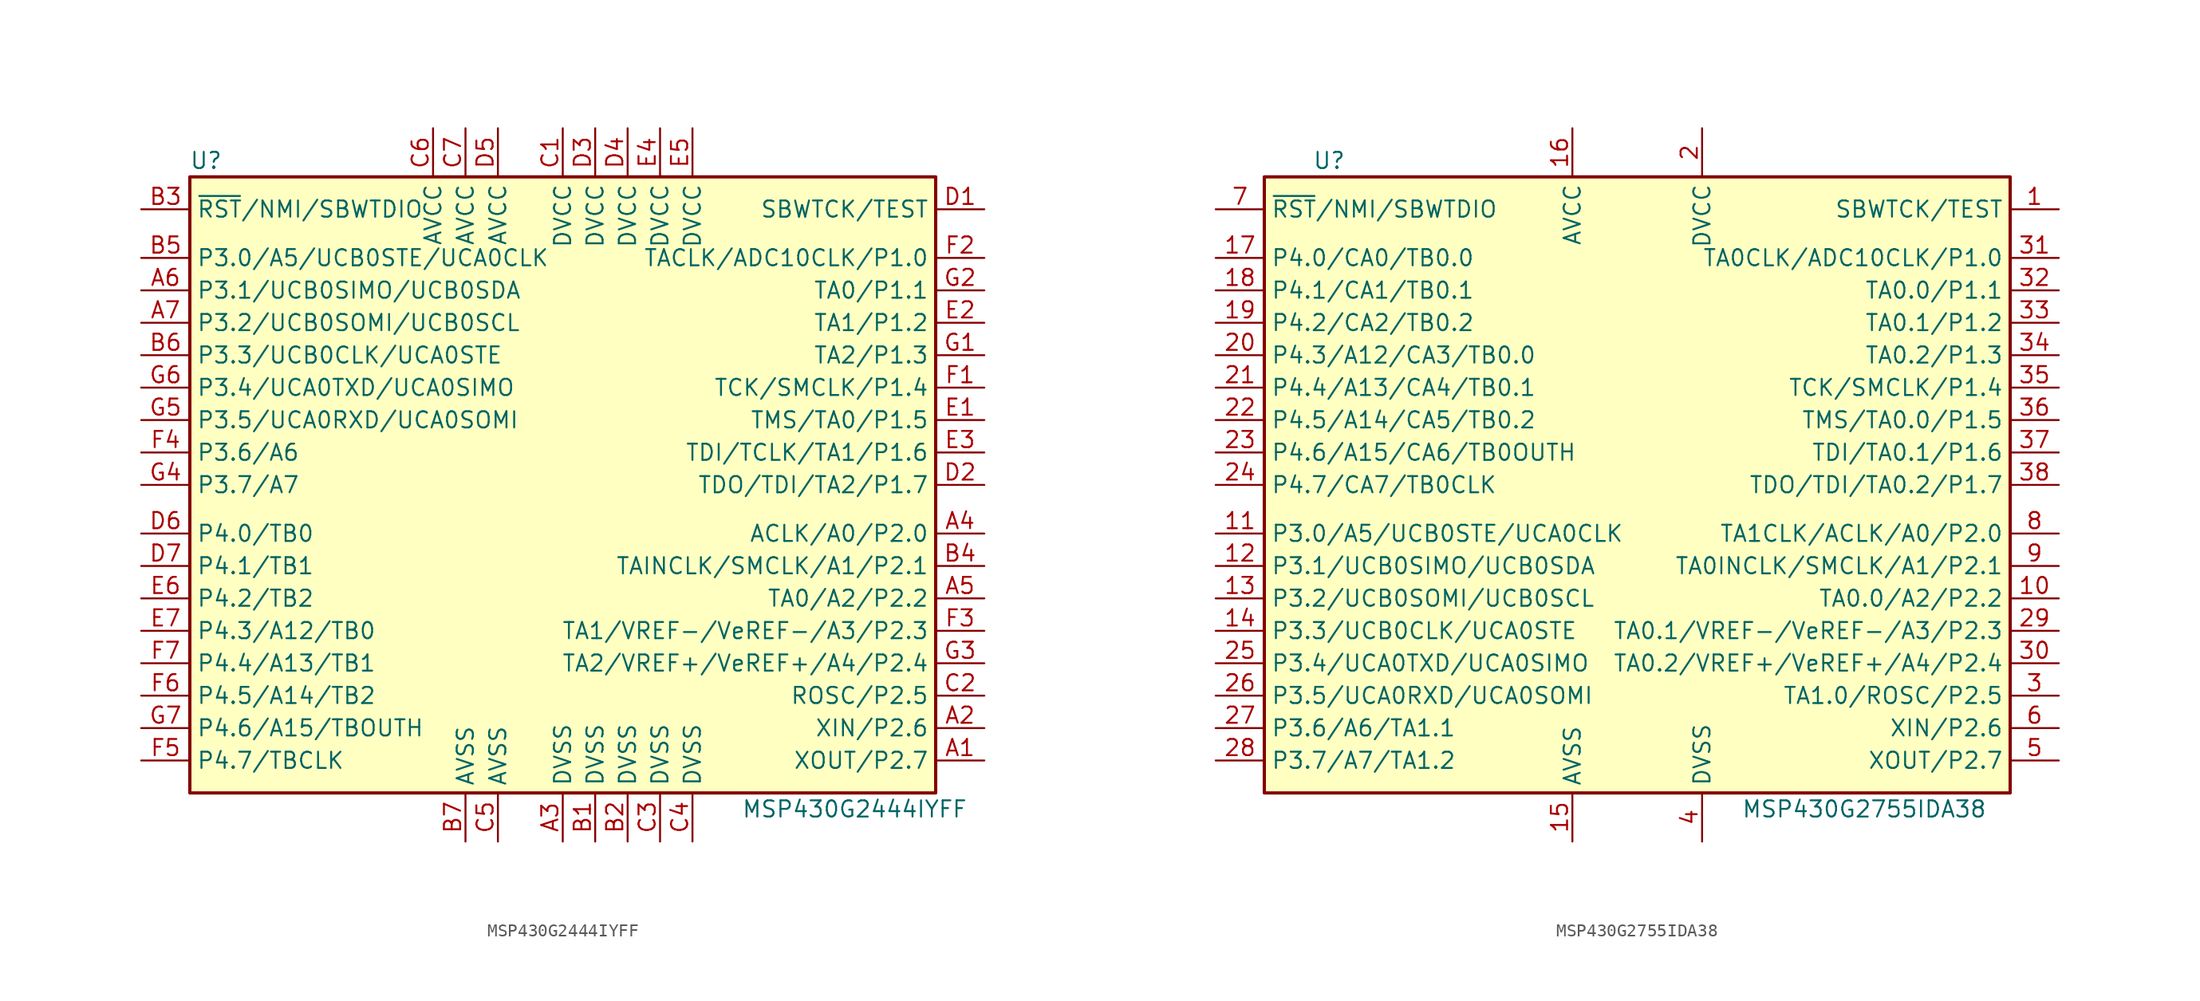
<source format=kicad_sym>
(kicad_symbol_lib
  (version 20231120)
  (generator "kicad_symbol_editor")
  (generator_version "8.0")
  (symbol "MSP430G2444IYFF"
    (property "Reference" "U"
      (at -27.94 25.4 0)
      (effects (font (size 1.27 1.27))))
    (property "Value" "MSP430G2444IYFF"
      (at 22.86 -25.4 0)
      (effects (font (size 1.27 1.27))))
    (symbol "MSP430G2444IYFF_0_1"
      (rectangle (start -29.21 24.13) (end 29.21 -24.13) (stroke (width 0.254) (type default)) (fill (type background))))
    (symbol "MSP430G2444IYFF_1_1"
      (pin bidirectional line (at 33.02 -21.59 180) (length 3.81) (name "XOUT/P2.7" (effects (font (size 1.27 1.27)))) (number "A1" (effects (font (size 1.27 1.27)))))
      (pin bidirectional line (at 33.02 -19.05 180) (length 3.81) (name "XIN/P2.6" (effects (font (size 1.27 1.27)))) (number "A2" (effects (font (size 1.27 1.27)))))
      (pin power_in line (at 0 -27.94 90) (length 3.81) (name "DVSS" (effects (font (size 1.27 1.27)))) (number "A3" (effects (font (size 1.27 1.27)))))
      (pin bidirectional line (at 33.02 -3.81 180) (length 3.81) (name "ACLK/A0/P2.0" (effects (font (size 1.27 1.27)))) (number "A4" (effects (font (size 1.27 1.27)))))
      (pin bidirectional line (at 33.02 -8.89 180) (length 3.81) (name "TA0/A2/P2.2" (effects (font (size 1.27 1.27)))) (number "A5" (effects (font (size 1.27 1.27)))))
      (pin bidirectional line (at -33.02 15.24 0) (length 3.81) (name "P3.1/UCB0SIMO/UCB0SDA" (effects (font (size 1.27 1.27)))) (number "A6" (effects (font (size 1.27 1.27)))))
      (pin bidirectional line (at -33.02 12.7 0) (length 3.81) (name "P3.2/UCB0SOMI/UCB0SCL" (effects (font (size 1.27 1.27)))) (number "A7" (effects (font (size 1.27 1.27)))))
      (pin power_in line (at 2.54 -27.94 90) (length 3.81) (name "DVSS" (effects (font (size 1.27 1.27)))) (number "B1" (effects (font (size 1.27 1.27)))))
      (pin power_in line (at 5.08 -27.94 90) (length 3.81) (name "DVSS" (effects (font (size 1.27 1.27)))) (number "B2" (effects (font (size 1.27 1.27)))))
      (pin input line (at -33.02 21.59 0) (length 3.81) (name "~{RST}/NMI/SBWTDIO" (effects (font (size 1.27 1.27)))) (number "B3" (effects (font (size 1.27 1.27)))))
      (pin bidirectional line (at 33.02 -6.35 180) (length 3.81) (name "TAINCLK/SMCLK/A1/P2.1" (effects (font (size 1.27 1.27)))) (number "B4" (effects (font (size 1.27 1.27)))))
      (pin bidirectional line (at -33.02 17.78 0) (length 3.81) (name "P3.0/A5/UCB0STE/UCA0CLK" (effects (font (size 1.27 1.27)))) (number "B5" (effects (font (size 1.27 1.27)))))
      (pin bidirectional line (at -33.02 10.16 0) (length 3.81) (name "P3.3/UCB0CLK/UCA0STE" (effects (font (size 1.27 1.27)))) (number "B6" (effects (font (size 1.27 1.27)))))
      (pin power_in line (at -7.62 -27.94 90) (length 3.81) (name "AVSS" (effects (font (size 1.27 1.27)))) (number "B7" (effects (font (size 1.27 1.27)))))
      (pin power_in line (at 0 27.94 270) (length 3.81) (name "DVCC" (effects (font (size 1.27 1.27)))) (number "C1" (effects (font (size 1.27 1.27)))))
      (pin bidirectional line (at 33.02 -16.51 180) (length 3.81) (name "ROSC/P2.5" (effects (font (size 1.27 1.27)))) (number "C2" (effects (font (size 1.27 1.27)))))
      (pin power_in line (at 7.62 -27.94 90) (length 3.81) (name "DVSS" (effects (font (size 1.27 1.27)))) (number "C3" (effects (font (size 1.27 1.27)))))
      (pin power_in line (at 10.16 -27.94 90) (length 3.81) (name "DVSS" (effects (font (size 1.27 1.27)))) (number "C4" (effects (font (size 1.27 1.27)))))
      (pin power_in line (at -5.08 -27.94 90) (length 3.81) (name "AVSS" (effects (font (size 1.27 1.27)))) (number "C5" (effects (font (size 1.27 1.27)))))
      (pin power_in line (at -10.16 27.94 270) (length 3.81) (name "AVCC" (effects (font (size 1.27 1.27)))) (number "C6" (effects (font (size 1.27 1.27)))))
      (pin power_in line (at -7.62 27.94 270) (length 3.81) (name "AVCC" (effects (font (size 1.27 1.27)))) (number "C7" (effects (font (size 1.27 1.27)))))
      (pin input line (at 33.02 21.59 180) (length 3.81) (name "SBWTCK/TEST" (effects (font (size 1.27 1.27)))) (number "D1" (effects (font (size 1.27 1.27)))))
      (pin bidirectional line (at 33.02 0 180) (length 3.81) (name "TDO/TDI/TA2/P1.7" (effects (font (size 1.27 1.27)))) (number "D2" (effects (font (size 1.27 1.27)))))
      (pin power_in line (at 2.54 27.94 270) (length 3.81) (name "DVCC" (effects (font (size 1.27 1.27)))) (number "D3" (effects (font (size 1.27 1.27)))))
      (pin power_in line (at 5.08 27.94 270) (length 3.81) (name "DVCC" (effects (font (size 1.27 1.27)))) (number "D4" (effects (font (size 1.27 1.27)))))
      (pin power_in line (at -5.08 27.94 270) (length 3.81) (name "AVCC" (effects (font (size 1.27 1.27)))) (number "D5" (effects (font (size 1.27 1.27)))))
      (pin bidirectional line (at -33.02 -3.81 0) (length 3.81) (name "P4.0/TB0" (effects (font (size 1.27 1.27)))) (number "D6" (effects (font (size 1.27 1.27)))))
      (pin bidirectional line (at -33.02 -6.35 0) (length 3.81) (name "P4.1/TB1" (effects (font (size 1.27 1.27)))) (number "D7" (effects (font (size 1.27 1.27)))))
      (pin bidirectional line (at 33.02 5.08 180) (length 3.81) (name "TMS/TA0/P1.5" (effects (font (size 1.27 1.27)))) (number "E1" (effects (font (size 1.27 1.27)))))
      (pin bidirectional line (at 33.02 12.7 180) (length 3.81) (name "TA1/P1.2" (effects (font (size 1.27 1.27)))) (number "E2" (effects (font (size 1.27 1.27)))))
      (pin bidirectional line (at 33.02 2.54 180) (length 3.81) (name "TDI/TCLK/TA1/P1.6" (effects (font (size 1.27 1.27)))) (number "E3" (effects (font (size 1.27 1.27)))))
      (pin power_in line (at 7.62 27.94 270) (length 3.81) (name "DVCC" (effects (font (size 1.27 1.27)))) (number "E4" (effects (font (size 1.27 1.27)))))
      (pin power_in line (at 10.16 27.94 270) (length 3.81) (name "DVCC" (effects (font (size 1.27 1.27)))) (number "E5" (effects (font (size 1.27 1.27)))))
      (pin bidirectional line (at -33.02 -8.89 0) (length 3.81) (name "P4.2/TB2" (effects (font (size 1.27 1.27)))) (number "E6" (effects (font (size 1.27 1.27)))))
      (pin bidirectional line (at -33.02 -11.43 0) (length 3.81) (name "P4.3/A12/TB0" (effects (font (size 1.27 1.27)))) (number "E7" (effects (font (size 1.27 1.27)))))
      (pin bidirectional line (at 33.02 7.62 180) (length 3.81) (name "TCK/SMCLK/P1.4" (effects (font (size 1.27 1.27)))) (number "F1" (effects (font (size 1.27 1.27)))))
      (pin bidirectional line (at 33.02 17.78 180) (length 3.81) (name "TACLK/ADC10CLK/P1.0" (effects (font (size 1.27 1.27)))) (number "F2" (effects (font (size 1.27 1.27)))))
      (pin bidirectional line (at 33.02 -11.43 180) (length 3.81) (name "TA1/VREF-/VeREF-/A3/P2.3" (effects (font (size 1.27 1.27)))) (number "F3" (effects (font (size 1.27 1.27)))))
      (pin bidirectional line (at -33.02 2.54 0) (length 3.81) (name "P3.6/A6" (effects (font (size 1.27 1.27)))) (number "F4" (effects (font (size 1.27 1.27)))))
      (pin bidirectional line (at -33.02 -21.59 0) (length 3.81) (name "P4.7/TBCLK" (effects (font (size 1.27 1.27)))) (number "F5" (effects (font (size 1.27 1.27)))))
      (pin bidirectional line (at -33.02 -16.51 0) (length 3.81) (name "P4.5/A14/TB2" (effects (font (size 1.27 1.27)))) (number "F6" (effects (font (size 1.27 1.27)))))
      (pin bidirectional line (at -33.02 -13.97 0) (length 3.81) (name "P4.4/A13/TB1" (effects (font (size 1.27 1.27)))) (number "F7" (effects (font (size 1.27 1.27)))))
      (pin bidirectional line (at 33.02 10.16 180) (length 3.81) (name "TA2/P1.3" (effects (font (size 1.27 1.27)))) (number "G1" (effects (font (size 1.27 1.27)))))
      (pin bidirectional line (at 33.02 15.24 180) (length 3.81) (name "TA0/P1.1" (effects (font (size 1.27 1.27)))) (number "G2" (effects (font (size 1.27 1.27)))))
      (pin bidirectional line (at 33.02 -13.97 180) (length 3.81) (name "TA2/VREF+/VeREF+/A4/P2.4" (effects (font (size 1.27 1.27)))) (number "G3" (effects (font (size 1.27 1.27)))))
      (pin bidirectional line (at -33.02 0 0) (length 3.81) (name "P3.7/A7" (effects (font (size 1.27 1.27)))) (number "G4" (effects (font (size 1.27 1.27)))))
      (pin bidirectional line (at -33.02 5.08 0) (length 3.81) (name "P3.5/UCA0RXD/UCA0SOMI" (effects (font (size 1.27 1.27)))) (number "G5" (effects (font (size 1.27 1.27)))))
      (pin bidirectional line (at -33.02 7.62 0) (length 3.81) (name "P3.4/UCA0TXD/UCA0SIMO" (effects (font (size 1.27 1.27)))) (number "G6" (effects (font (size 1.27 1.27)))))
      (pin bidirectional line (at -33.02 -19.05 0) (length 3.81) (name "P4.6/A15/TBOUTH" (effects (font (size 1.27 1.27)))) (number "G7" (effects (font (size 1.27 1.27)))))))
  (symbol "MSP430G2755IDA38"
    (property "Reference" "U"
      (at -24.13 25.4 0)
      (effects (font (size 1.27 1.27))))
    (property "Value" "MSP430G2755IDA38"
      (at 17.78 -25.4 0)
      (effects (font (size 1.27 1.27))))
    (symbol "MSP430G2755IDA38_0_1"
      (rectangle (start -29.21 24.13) (end 29.21 -24.13) (stroke (width 0.254) (type default)) (fill (type background))))
    (symbol "MSP430G2755IDA38_1_1"
      (pin input line (at 33.02 21.59 180) (length 3.81) (name "SBWTCK/TEST" (effects (font (size 1.27 1.27)))) (number "1" (effects (font (size 1.27 1.27)))))
      (pin bidirectional line (at 33.02 -8.89 180) (length 3.81) (name "TA0.0/A2/P2.2" (effects (font (size 1.27 1.27)))) (number "10" (effects (font (size 1.27 1.27)))))
      (pin bidirectional line (at -33.02 -3.81 0) (length 3.81) (name "P3.0/A5/UCB0STE/UCA0CLK" (effects (font (size 1.27 1.27)))) (number "11" (effects (font (size 1.27 1.27)))))
      (pin bidirectional line (at -33.02 -6.35 0) (length 3.81) (name "P3.1/UCB0SIMO/UCB0SDA" (effects (font (size 1.27 1.27)))) (number "12" (effects (font (size 1.27 1.27)))))
      (pin bidirectional line (at -33.02 -8.89 0) (length 3.81) (name "P3.2/UCB0SOMI/UCB0SCL" (effects (font (size 1.27 1.27)))) (number "13" (effects (font (size 1.27 1.27)))))
      (pin bidirectional line (at -33.02 -11.43 0) (length 3.81) (name "P3.3/UCB0CLK/UCA0STE" (effects (font (size 1.27 1.27)))) (number "14" (effects (font (size 1.27 1.27)))))
      (pin power_in line (at -5.08 -27.94 90) (length 3.81) (name "AVSS" (effects (font (size 1.27 1.27)))) (number "15" (effects (font (size 1.27 1.27)))))
      (pin power_in line (at -5.08 27.94 270) (length 3.81) (name "AVCC" (effects (font (size 1.27 1.27)))) (number "16" (effects (font (size 1.27 1.27)))))
      (pin bidirectional line (at -33.02 17.78 0) (length 3.81) (name "P4.0/CA0/TB0.0" (effects (font (size 1.27 1.27)))) (number "17" (effects (font (size 1.27 1.27)))))
      (pin bidirectional line (at -33.02 15.24 0) (length 3.81) (name "P4.1/CA1/TB0.1" (effects (font (size 1.27 1.27)))) (number "18" (effects (font (size 1.27 1.27)))))
      (pin bidirectional line (at -33.02 12.7 0) (length 3.81) (name "P4.2/CA2/TB0.2" (effects (font (size 1.27 1.27)))) (number "19" (effects (font (size 1.27 1.27)))))
      (pin power_in line (at 5.08 27.94 270) (length 3.81) (name "DVCC" (effects (font (size 1.27 1.27)))) (number "2" (effects (font (size 1.27 1.27)))))
      (pin bidirectional line (at -33.02 10.16 0) (length 3.81) (name "P4.3/A12/CA3/TB0.0" (effects (font (size 1.27 1.27)))) (number "20" (effects (font (size 1.27 1.27)))))
      (pin bidirectional line (at -33.02 7.62 0) (length 3.81) (name "P4.4/A13/CA4/TB0.1" (effects (font (size 1.27 1.27)))) (number "21" (effects (font (size 1.27 1.27)))))
      (pin bidirectional line (at -33.02 5.08 0) (length 3.81) (name "P4.5/A14/CA5/TB0.2" (effects (font (size 1.27 1.27)))) (number "22" (effects (font (size 1.27 1.27)))))
      (pin bidirectional line (at -33.02 2.54 0) (length 3.81) (name "P4.6/A15/CA6/TB0OUTH" (effects (font (size 1.27 1.27)))) (number "23" (effects (font (size 1.27 1.27)))))
      (pin bidirectional line (at -33.02 0 0) (length 3.81) (name "P4.7/CA7/TB0CLK" (effects (font (size 1.27 1.27)))) (number "24" (effects (font (size 1.27 1.27)))))
      (pin bidirectional line (at -33.02 -13.97 0) (length 3.81) (name "P3.4/UCA0TXD/UCA0SIMO" (effects (font (size 1.27 1.27)))) (number "25" (effects (font (size 1.27 1.27)))))
      (pin bidirectional line (at -33.02 -16.51 0) (length 3.81) (name "P3.5/UCA0RXD/UCA0SOMI" (effects (font (size 1.27 1.27)))) (number "26" (effects (font (size 1.27 1.27)))))
      (pin bidirectional line (at -33.02 -19.05 0) (length 3.81) (name "P3.6/A6/TA1.1" (effects (font (size 1.27 1.27)))) (number "27" (effects (font (size 1.27 1.27)))))
      (pin bidirectional line (at -33.02 -21.59 0) (length 3.81) (name "P3.7/A7/TA1.2" (effects (font (size 1.27 1.27)))) (number "28" (effects (font (size 1.27 1.27)))))
      (pin bidirectional line (at 33.02 -11.43 180) (length 3.81) (name "TA0.1/VREF-/VeREF-/A3/P2.3" (effects (font (size 1.27 1.27)))) (number "29" (effects (font (size 1.27 1.27)))))
      (pin bidirectional line (at 33.02 -16.51 180) (length 3.81) (name "TA1.0/ROSC/P2.5" (effects (font (size 1.27 1.27)))) (number "3" (effects (font (size 1.27 1.27)))))
      (pin bidirectional line (at 33.02 -13.97 180) (length 3.81) (name "TA0.2/VREF+/VeREF+/A4/P2.4" (effects (font (size 1.27 1.27)))) (number "30" (effects (font (size 1.27 1.27)))))
      (pin bidirectional line (at 33.02 17.78 180) (length 3.81) (name "TA0CLK/ADC10CLK/P1.0" (effects (font (size 1.27 1.27)))) (number "31" (effects (font (size 1.27 1.27)))))
      (pin bidirectional line (at 33.02 15.24 180) (length 3.81) (name "TA0.0/P1.1" (effects (font (size 1.27 1.27)))) (number "32" (effects (font (size 1.27 1.27)))))
      (pin bidirectional line (at 33.02 12.7 180) (length 3.81) (name "TA0.1/P1.2" (effects (font (size 1.27 1.27)))) (number "33" (effects (font (size 1.27 1.27)))))
      (pin bidirectional line (at 33.02 10.16 180) (length 3.81) (name "TA0.2/P1.3" (effects (font (size 1.27 1.27)))) (number "34" (effects (font (size 1.27 1.27)))))
      (pin bidirectional line (at 33.02 7.62 180) (length 3.81) (name "TCK/SMCLK/P1.4" (effects (font (size 1.27 1.27)))) (number "35" (effects (font (size 1.27 1.27)))))
      (pin bidirectional line (at 33.02 5.08 180) (length 3.81) (name "TMS/TA0.0/P1.5" (effects (font (size 1.27 1.27)))) (number "36" (effects (font (size 1.27 1.27)))))
      (pin bidirectional line (at 33.02 2.54 180) (length 3.81) (name "TDI/TA0.1/P1.6" (effects (font (size 1.27 1.27)))) (number "37" (effects (font (size 1.27 1.27)))))
      (pin bidirectional line (at 33.02 0 180) (length 3.81) (name "TDO/TDI/TA0.2/P1.7" (effects (font (size 1.27 1.27)))) (number "38" (effects (font (size 1.27 1.27)))))
      (pin power_in line (at 5.08 -27.94 90) (length 3.81) (name "DVSS" (effects (font (size 1.27 1.27)))) (number "4" (effects (font (size 1.27 1.27)))))
      (pin bidirectional line (at 33.02 -21.59 180) (length 3.81) (name "XOUT/P2.7" (effects (font (size 1.27 1.27)))) (number "5" (effects (font (size 1.27 1.27)))))
      (pin bidirectional line (at 33.02 -19.05 180) (length 3.81) (name "XIN/P2.6" (effects (font (size 1.27 1.27)))) (number "6" (effects (font (size 1.27 1.27)))))
      (pin input line (at -33.02 21.59 0) (length 3.81) (name "~{RST}/NMI/SBWTDIO" (effects (font (size 1.27 1.27)))) (number "7" (effects (font (size 1.27 1.27)))))
      (pin bidirectional line (at 33.02 -3.81 180) (length 3.81) (name "TA1CLK/ACLK/A0/P2.0" (effects (font (size 1.27 1.27)))) (number "8" (effects (font (size 1.27 1.27)))))
      (pin bidirectional line (at 33.02 -6.35 180) (length 3.81) (name "TA0INCLK/SMCLK/A1/P2.1" (effects (font (size 1.27 1.27)))) (number "9" (effects (font (size 1.27 1.27))))))))
</source>
